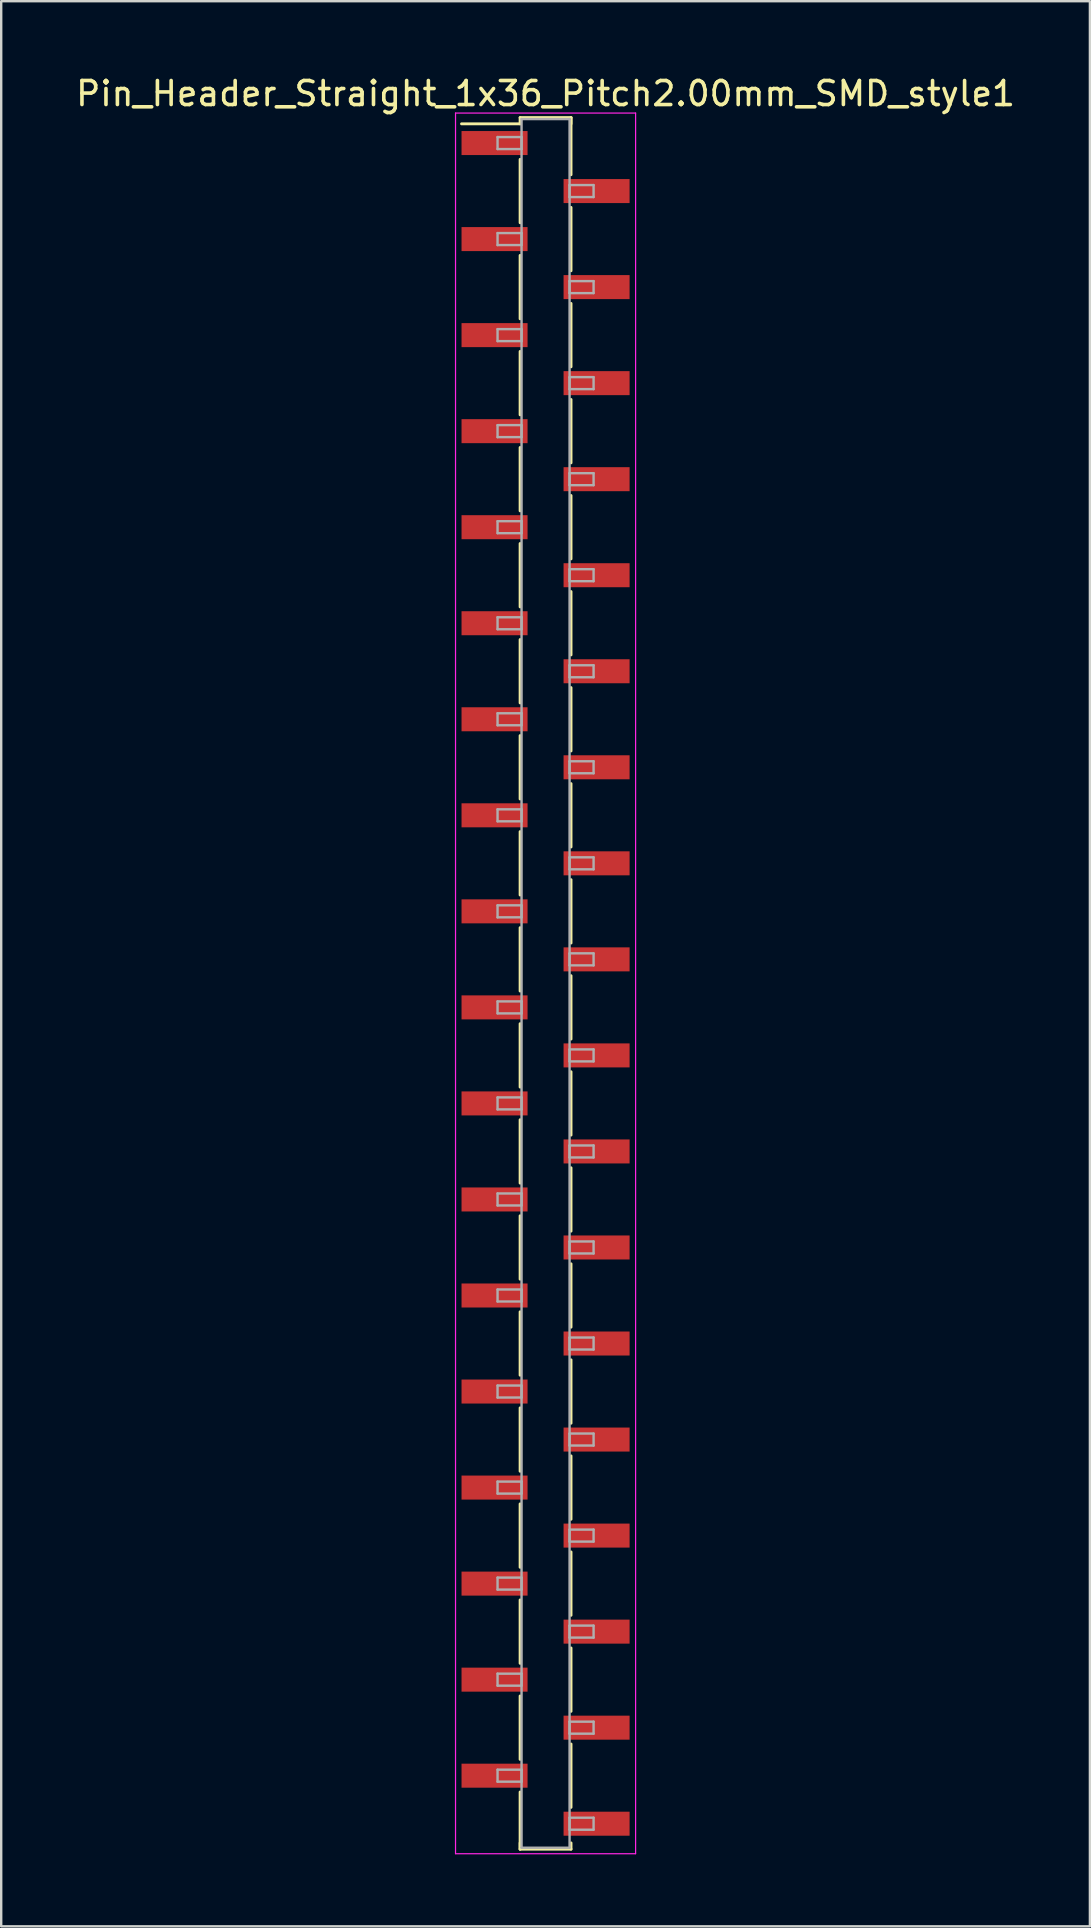
<source format=kicad_pcb>
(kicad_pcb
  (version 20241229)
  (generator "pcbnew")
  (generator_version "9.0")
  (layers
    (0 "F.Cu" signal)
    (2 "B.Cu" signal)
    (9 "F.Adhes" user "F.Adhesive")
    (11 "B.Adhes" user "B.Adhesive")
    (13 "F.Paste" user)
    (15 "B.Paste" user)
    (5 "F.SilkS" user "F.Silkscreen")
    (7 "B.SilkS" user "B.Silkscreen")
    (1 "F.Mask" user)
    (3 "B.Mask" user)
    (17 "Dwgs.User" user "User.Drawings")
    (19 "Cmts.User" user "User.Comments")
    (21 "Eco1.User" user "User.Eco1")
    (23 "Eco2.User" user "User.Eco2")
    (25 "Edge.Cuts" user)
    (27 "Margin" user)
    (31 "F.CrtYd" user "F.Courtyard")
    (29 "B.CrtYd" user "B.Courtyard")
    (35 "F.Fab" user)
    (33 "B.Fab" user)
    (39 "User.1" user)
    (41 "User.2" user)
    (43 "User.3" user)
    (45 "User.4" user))
  (footprint "Pin_Header_Straight_1x36_Pitch2.00mm_SMD_style1"
    (layer "F.Cu")
    (at 19.673 37.908)
    (property "Reference" "Pin_Header_Straight_1x36_Pitch2.00mm_SMD_style1" (at 0 -37.06 0) (layer "F.SilkS") (effects (font (size 1 1) (thickness 0.15))))
    (attr smd)
    (fp_line (start -1.06 -36.06) (end 1.06 -36.06) (stroke (width 0.12) (type solid)) (layer "F.SilkS"))
    (fp_line (start -1.06 -35.8) (end -3.5 -35.8) (stroke (width 0.12) (type solid)) (layer "F.SilkS"))
    (fp_line (start -1.06 -35.8) (end -1.06 -36.06) (stroke (width 0.12) (type solid)) (layer "F.SilkS"))
    (fp_line (start -1.06 -34.32) (end -1.06 -31.68) (stroke (width 0.12) (type solid)) (layer "F.SilkS"))
    (fp_line (start -1.06 -30.32) (end -1.06 -27.68) (stroke (width 0.12) (type solid)) (layer "F.SilkS"))
    (fp_line (start -1.06 -26.32) (end -1.06 -23.68) (stroke (width 0.12) (type solid)) (layer "F.SilkS"))
    (fp_line (start -1.06 -22.32) (end -1.06 -19.68) (stroke (width 0.12) (type solid)) (layer "F.SilkS"))
    (fp_line (start -1.06 -18.32) (end -1.06 -15.68) (stroke (width 0.12) (type solid)) (layer "F.SilkS"))
    (fp_line (start -1.06 -14.32) (end -1.06 -11.68) (stroke (width 0.12) (type solid)) (layer "F.SilkS"))
    (fp_line (start -1.06 -10.32) (end -1.06 -7.68) (stroke (width 0.12) (type solid)) (layer "F.SilkS"))
    (fp_line (start -1.06 -6.32) (end -1.06 -3.68) (stroke (width 0.12) (type solid)) (layer "F.SilkS"))
    (fp_line (start -1.06 -2.32) (end -1.06 0.32) (stroke (width 0.12) (type solid)) (layer "F.SilkS"))
    (fp_line (start -1.06 1.68) (end -1.06 4.32) (stroke (width 0.12) (type solid)) (layer "F.SilkS"))
    (fp_line (start -1.06 5.68) (end -1.06 8.32) (stroke (width 0.12) (type solid)) (layer "F.SilkS"))
    (fp_line (start -1.06 9.68) (end -1.06 12.32) (stroke (width 0.12) (type solid)) (layer "F.SilkS"))
    (fp_line (start -1.06 13.68) (end -1.06 16.32) (stroke (width 0.12) (type solid)) (layer "F.SilkS"))
    (fp_line (start -1.06 17.68) (end -1.06 20.32) (stroke (width 0.12) (type solid)) (layer "F.SilkS"))
    (fp_line (start -1.06 21.68) (end -1.06 24.32) (stroke (width 0.12) (type solid)) (layer "F.SilkS"))
    (fp_line (start -1.06 25.68) (end -1.06 28.32) (stroke (width 0.12) (type solid)) (layer "F.SilkS"))
    (fp_line (start -1.06 29.68) (end -1.06 32.32) (stroke (width 0.12) (type solid)) (layer "F.SilkS"))
    (fp_line (start -1.06 33.68) (end -1.06 36.06) (stroke (width 0.12) (type solid)) (layer "F.SilkS"))
    (fp_line (start -1.06 35.8) (end -1.06 36.06) (stroke (width 0.12) (type solid)) (layer "F.SilkS"))
    (fp_line (start -1.06 36.06) (end 1.06 36.06) (stroke (width 0.12) (type solid)) (layer "F.SilkS"))
    (fp_line (start 1.06 -36.06) (end 1.06 -35.8) (stroke (width 0.12) (type solid)) (layer "F.SilkS"))
    (fp_line (start 1.06 -36.06) (end 1.06 -33.68) (stroke (width 0.12) (type solid)) (layer "F.SilkS"))
    (fp_line (start 1.06 -32.32) (end 1.06 -29.68) (stroke (width 0.12) (type solid)) (layer "F.SilkS"))
    (fp_line (start 1.06 -28.32) (end 1.06 -25.68) (stroke (width 0.12) (type solid)) (layer "F.SilkS"))
    (fp_line (start 1.06 -24.32) (end 1.06 -21.68) (stroke (width 0.12) (type solid)) (layer "F.SilkS"))
    (fp_line (start 1.06 -20.32) (end 1.06 -17.68) (stroke (width 0.12) (type solid)) (layer "F.SilkS"))
    (fp_line (start 1.06 -16.32) (end 1.06 -13.68) (stroke (width 0.12) (type solid)) (layer "F.SilkS"))
    (fp_line (start 1.06 -12.32) (end 1.06 -9.68) (stroke (width 0.12) (type solid)) (layer "F.SilkS"))
    (fp_line (start 1.06 -8.32) (end 1.06 -5.68) (stroke (width 0.12) (type solid)) (layer "F.SilkS"))
    (fp_line (start 1.06 -4.32) (end 1.06 -1.68) (stroke (width 0.12) (type solid)) (layer "F.SilkS"))
    (fp_line (start 1.06 -0.32) (end 1.06 2.32) (stroke (width 0.12) (type solid)) (layer "F.SilkS"))
    (fp_line (start 1.06 3.68) (end 1.06 6.32) (stroke (width 0.12) (type solid)) (layer "F.SilkS"))
    (fp_line (start 1.06 7.68) (end 1.06 10.32) (stroke (width 0.12) (type solid)) (layer "F.SilkS"))
    (fp_line (start 1.06 11.68) (end 1.06 14.32) (stroke (width 0.12) (type solid)) (layer "F.SilkS"))
    (fp_line (start 1.06 15.68) (end 1.06 18.32) (stroke (width 0.12) (type solid)) (layer "F.SilkS"))
    (fp_line (start 1.06 19.68) (end 1.06 22.32) (stroke (width 0.12) (type solid)) (layer "F.SilkS"))
    (fp_line (start 1.06 23.68) (end 1.06 26.32) (stroke (width 0.12) (type solid)) (layer "F.SilkS"))
    (fp_line (start 1.06 27.68) (end 1.06 30.32) (stroke (width 0.12) (type solid)) (layer "F.SilkS"))
    (fp_line (start 1.06 31.68) (end 1.06 34.32) (stroke (width 0.12) (type solid)) (layer "F.SilkS"))
    (fp_line (start 1.06 36.06) (end 1.06 35.8) (stroke (width 0.12) (type solid)) (layer "F.SilkS"))
    (fp_line (start -3.75 -36.25) (end -3.75 36.25) (stroke (width 0.05) (type solid)) (layer "F.CrtYd"))
    (fp_line (start -3.75 36.25) (end 3.75 36.25) (stroke (width 0.05) (type solid)) (layer "F.CrtYd"))
    (fp_line (start 3.75 -36.25) (end -3.75 -36.25) (stroke (width 0.05) (type solid)) (layer "F.CrtYd"))
    (fp_line (start 3.75 36.25) (end 3.75 -36.25) (stroke (width 0.05) (type solid)) (layer "F.CrtYd"))
    (fp_line (start -2 -35.25) (end -1 -35.25) (stroke (width 0.1) (type solid)) (layer "F.Fab"))
    (fp_line (start -2 -34.75) (end -2 -35.25) (stroke (width 0.1) (type solid)) (layer "F.Fab"))
    (fp_line (start -2 -31.25) (end -1 -31.25) (stroke (width 0.1) (type solid)) (layer "F.Fab"))
    (fp_line (start -2 -30.75) (end -2 -31.25) (stroke (width 0.1) (type solid)) (layer "F.Fab"))
    (fp_line (start -2 -27.25) (end -1 -27.25) (stroke (width 0.1) (type solid)) (layer "F.Fab"))
    (fp_line (start -2 -26.75) (end -2 -27.25) (stroke (width 0.1) (type solid)) (layer "F.Fab"))
    (fp_line (start -2 -23.25) (end -1 -23.25) (stroke (width 0.1) (type solid)) (layer "F.Fab"))
    (fp_line (start -2 -22.75) (end -2 -23.25) (stroke (width 0.1) (type solid)) (layer "F.Fab"))
    (fp_line (start -2 -19.25) (end -1 -19.25) (stroke (width 0.1) (type solid)) (layer "F.Fab"))
    (fp_line (start -2 -18.75) (end -2 -19.25) (stroke (width 0.1) (type solid)) (layer "F.Fab"))
    (fp_line (start -2 -15.25) (end -1 -15.25) (stroke (width 0.1) (type solid)) (layer "F.Fab"))
    (fp_line (start -2 -14.75) (end -2 -15.25) (stroke (width 0.1) (type solid)) (layer "F.Fab"))
    (fp_line (start -2 -11.25) (end -1 -11.25) (stroke (width 0.1) (type solid)) (layer "F.Fab"))
    (fp_line (start -2 -10.75) (end -2 -11.25) (stroke (width 0.1) (type solid)) (layer "F.Fab"))
    (fp_line (start -2 -7.25) (end -1 -7.25) (stroke (width 0.1) (type solid)) (layer "F.Fab"))
    (fp_line (start -2 -6.75) (end -2 -7.25) (stroke (width 0.1) (type solid)) (layer "F.Fab"))
    (fp_line (start -2 -3.25) (end -1 -3.25) (stroke (width 0.1) (type solid)) (layer "F.Fab"))
    (fp_line (start -2 -2.75) (end -2 -3.25) (stroke (width 0.1) (type solid)) (layer "F.Fab"))
    (fp_line (start -2 0.75) (end -1 0.75) (stroke (width 0.1) (type solid)) (layer "F.Fab"))
    (fp_line (start -2 1.25) (end -2 0.75) (stroke (width 0.1) (type solid)) (layer "F.Fab"))
    (fp_line (start -2 4.75) (end -1 4.75) (stroke (width 0.1) (type solid)) (layer "F.Fab"))
    (fp_line (start -2 5.25) (end -2 4.75) (stroke (width 0.1) (type solid)) (layer "F.Fab"))
    (fp_line (start -2 8.75) (end -1 8.75) (stroke (width 0.1) (type solid)) (layer "F.Fab"))
    (fp_line (start -2 9.25) (end -2 8.75) (stroke (width 0.1) (type solid)) (layer "F.Fab"))
    (fp_line (start -2 12.75) (end -1 12.75) (stroke (width 0.1) (type solid)) (layer "F.Fab"))
    (fp_line (start -2 13.25) (end -2 12.75) (stroke (width 0.1) (type solid)) (layer "F.Fab"))
    (fp_line (start -2 16.75) (end -1 16.75) (stroke (width 0.1) (type solid)) (layer "F.Fab"))
    (fp_line (start -2 17.25) (end -2 16.75) (stroke (width 0.1) (type solid)) (layer "F.Fab"))
    (fp_line (start -2 20.75) (end -1 20.75) (stroke (width 0.1) (type solid)) (layer "F.Fab"))
    (fp_line (start -2 21.25) (end -2 20.75) (stroke (width 0.1) (type solid)) (layer "F.Fab"))
    (fp_line (start -2 24.75) (end -1 24.75) (stroke (width 0.1) (type solid)) (layer "F.Fab"))
    (fp_line (start -2 25.25) (end -2 24.75) (stroke (width 0.1) (type solid)) (layer "F.Fab"))
    (fp_line (start -2 28.75) (end -1 28.75) (stroke (width 0.1) (type solid)) (layer "F.Fab"))
    (fp_line (start -2 29.25) (end -2 28.75) (stroke (width 0.1) (type solid)) (layer "F.Fab"))
    (fp_line (start -2 32.75) (end -1 32.75) (stroke (width 0.1) (type solid)) (layer "F.Fab"))
    (fp_line (start -2 33.25) (end -2 32.75) (stroke (width 0.1) (type solid)) (layer "F.Fab"))
    (fp_line (start -1 -36) (end -1 36) (stroke (width 0.1) (type solid)) (layer "F.Fab"))
    (fp_line (start -1 -35.25) (end -1 -34.75) (stroke (width 0.1) (type solid)) (layer "F.Fab"))
    (fp_line (start -1 -34.75) (end -2 -34.75) (stroke (width 0.1) (type solid)) (layer "F.Fab"))
    (fp_line (start -1 -31.25) (end -1 -30.75) (stroke (width 0.1) (type solid)) (layer "F.Fab"))
    (fp_line (start -1 -30.75) (end -2 -30.75) (stroke (width 0.1) (type solid)) (layer "F.Fab"))
    (fp_line (start -1 -27.25) (end -1 -26.75) (stroke (width 0.1) (type solid)) (layer "F.Fab"))
    (fp_line (start -1 -26.75) (end -2 -26.75) (stroke (width 0.1) (type solid)) (layer "F.Fab"))
    (fp_line (start -1 -23.25) (end -1 -22.75) (stroke (width 0.1) (type solid)) (layer "F.Fab"))
    (fp_line (start -1 -22.75) (end -2 -22.75) (stroke (width 0.1) (type solid)) (layer "F.Fab"))
    (fp_line (start -1 -19.25) (end -1 -18.75) (stroke (width 0.1) (type solid)) (layer "F.Fab"))
    (fp_line (start -1 -18.75) (end -2 -18.75) (stroke (width 0.1) (type solid)) (layer "F.Fab"))
    (fp_line (start -1 -15.25) (end -1 -14.75) (stroke (width 0.1) (type solid)) (layer "F.Fab"))
    (fp_line (start -1 -14.75) (end -2 -14.75) (stroke (width 0.1) (type solid)) (layer "F.Fab"))
    (fp_line (start -1 -11.25) (end -1 -10.75) (stroke (width 0.1) (type solid)) (layer "F.Fab"))
    (fp_line (start -1 -10.75) (end -2 -10.75) (stroke (width 0.1) (type solid)) (layer "F.Fab"))
    (fp_line (start -1 -7.25) (end -1 -6.75) (stroke (width 0.1) (type solid)) (layer "F.Fab"))
    (fp_line (start -1 -6.75) (end -2 -6.75) (stroke (width 0.1) (type solid)) (layer "F.Fab"))
    (fp_line (start -1 -3.25) (end -1 -2.75) (stroke (width 0.1) (type solid)) (layer "F.Fab"))
    (fp_line (start -1 -2.75) (end -2 -2.75) (stroke (width 0.1) (type solid)) (layer "F.Fab"))
    (fp_line (start -1 0.75) (end -1 1.25) (stroke (width 0.1) (type solid)) (layer "F.Fab"))
    (fp_line (start -1 1.25) (end -2 1.25) (stroke (width 0.1) (type solid)) (layer "F.Fab"))
    (fp_line (start -1 4.75) (end -1 5.25) (stroke (width 0.1) (type solid)) (layer "F.Fab"))
    (fp_line (start -1 5.25) (end -2 5.25) (stroke (width 0.1) (type solid)) (layer "F.Fab"))
    (fp_line (start -1 8.75) (end -1 9.25) (stroke (width 0.1) (type solid)) (layer "F.Fab"))
    (fp_line (start -1 9.25) (end -2 9.25) (stroke (width 0.1) (type solid)) (layer "F.Fab"))
    (fp_line (start -1 12.75) (end -1 13.25) (stroke (width 0.1) (type solid)) (layer "F.Fab"))
    (fp_line (start -1 13.25) (end -2 13.25) (stroke (width 0.1) (type solid)) (layer "F.Fab"))
    (fp_line (start -1 16.75) (end -1 17.25) (stroke (width 0.1) (type solid)) (layer "F.Fab"))
    (fp_line (start -1 17.25) (end -2 17.25) (stroke (width 0.1) (type solid)) (layer "F.Fab"))
    (fp_line (start -1 20.75) (end -1 21.25) (stroke (width 0.1) (type solid)) (layer "F.Fab"))
    (fp_line (start -1 21.25) (end -2 21.25) (stroke (width 0.1) (type solid)) (layer "F.Fab"))
    (fp_line (start -1 24.75) (end -1 25.25) (stroke (width 0.1) (type solid)) (layer "F.Fab"))
    (fp_line (start -1 25.25) (end -2 25.25) (stroke (width 0.1) (type solid)) (layer "F.Fab"))
    (fp_line (start -1 28.75) (end -1 29.25) (stroke (width 0.1) (type solid)) (layer "F.Fab"))
    (fp_line (start -1 29.25) (end -2 29.25) (stroke (width 0.1) (type solid)) (layer "F.Fab"))
    (fp_line (start -1 32.75) (end -1 33.25) (stroke (width 0.1) (type solid)) (layer "F.Fab"))
    (fp_line (start -1 33.25) (end -2 33.25) (stroke (width 0.1) (type solid)) (layer "F.Fab"))
    (fp_line (start -1 36) (end 1 36) (stroke (width 0.1) (type solid)) (layer "F.Fab"))
    (fp_line (start 1 -36) (end -1 -36) (stroke (width 0.1) (type solid)) (layer "F.Fab"))
    (fp_line (start 1 -33.25) (end 1 -32.75) (stroke (width 0.1) (type solid)) (layer "F.Fab"))
    (fp_line (start 1 -32.75) (end 2 -32.75) (stroke (width 0.1) (type solid)) (layer "F.Fab"))
    (fp_line (start 1 -29.25) (end 1 -28.75) (stroke (width 0.1) (type solid)) (layer "F.Fab"))
    (fp_line (start 1 -28.75) (end 2 -28.75) (stroke (width 0.1) (type solid)) (layer "F.Fab"))
    (fp_line (start 1 -25.25) (end 1 -24.75) (stroke (width 0.1) (type solid)) (layer "F.Fab"))
    (fp_line (start 1 -24.75) (end 2 -24.75) (stroke (width 0.1) (type solid)) (layer "F.Fab"))
    (fp_line (start 1 -21.25) (end 1 -20.75) (stroke (width 0.1) (type solid)) (layer "F.Fab"))
    (fp_line (start 1 -20.75) (end 2 -20.75) (stroke (width 0.1) (type solid)) (layer "F.Fab"))
    (fp_line (start 1 -17.25) (end 1 -16.75) (stroke (width 0.1) (type solid)) (layer "F.Fab"))
    (fp_line (start 1 -16.75) (end 2 -16.75) (stroke (width 0.1) (type solid)) (layer "F.Fab"))
    (fp_line (start 1 -13.25) (end 1 -12.75) (stroke (width 0.1) (type solid)) (layer "F.Fab"))
    (fp_line (start 1 -12.75) (end 2 -12.75) (stroke (width 0.1) (type solid)) (layer "F.Fab"))
    (fp_line (start 1 -9.25) (end 1 -8.75) (stroke (width 0.1) (type solid)) (layer "F.Fab"))
    (fp_line (start 1 -8.75) (end 2 -8.75) (stroke (width 0.1) (type solid)) (layer "F.Fab"))
    (fp_line (start 1 -5.25) (end 1 -4.75) (stroke (width 0.1) (type solid)) (layer "F.Fab"))
    (fp_line (start 1 -4.75) (end 2 -4.75) (stroke (width 0.1) (type solid)) (layer "F.Fab"))
    (fp_line (start 1 -1.25) (end 1 -0.75) (stroke (width 0.1) (type solid)) (layer "F.Fab"))
    (fp_line (start 1 -0.75) (end 2 -0.75) (stroke (width 0.1) (type solid)) (layer "F.Fab"))
    (fp_line (start 1 2.75) (end 1 3.25) (stroke (width 0.1) (type solid)) (layer "F.Fab"))
    (fp_line (start 1 3.25) (end 2 3.25) (stroke (width 0.1) (type solid)) (layer "F.Fab"))
    (fp_line (start 1 6.75) (end 1 7.25) (stroke (width 0.1) (type solid)) (layer "F.Fab"))
    (fp_line (start 1 7.25) (end 2 7.25) (stroke (width 0.1) (type solid)) (layer "F.Fab"))
    (fp_line (start 1 10.75) (end 1 11.25) (stroke (width 0.1) (type solid)) (layer "F.Fab"))
    (fp_line (start 1 11.25) (end 2 11.25) (stroke (width 0.1) (type solid)) (layer "F.Fab"))
    (fp_line (start 1 14.75) (end 1 15.25) (stroke (width 0.1) (type solid)) (layer "F.Fab"))
    (fp_line (start 1 15.25) (end 2 15.25) (stroke (width 0.1) (type solid)) (layer "F.Fab"))
    (fp_line (start 1 18.75) (end 1 19.25) (stroke (width 0.1) (type solid)) (layer "F.Fab"))
    (fp_line (start 1 19.25) (end 2 19.25) (stroke (width 0.1) (type solid)) (layer "F.Fab"))
    (fp_line (start 1 22.75) (end 1 23.25) (stroke (width 0.1) (type solid)) (layer "F.Fab"))
    (fp_line (start 1 23.25) (end 2 23.25) (stroke (width 0.1) (type solid)) (layer "F.Fab"))
    (fp_line (start 1 26.75) (end 1 27.25) (stroke (width 0.1) (type solid)) (layer "F.Fab"))
    (fp_line (start 1 27.25) (end 2 27.25) (stroke (width 0.1) (type solid)) (layer "F.Fab"))
    (fp_line (start 1 30.75) (end 1 31.25) (stroke (width 0.1) (type solid)) (layer "F.Fab"))
    (fp_line (start 1 31.25) (end 2 31.25) (stroke (width 0.1) (type solid)) (layer "F.Fab"))
    (fp_line (start 1 34.75) (end 1 35.25) (stroke (width 0.1) (type solid)) (layer "F.Fab"))
    (fp_line (start 1 35.25) (end 2 35.25) (stroke (width 0.1) (type solid)) (layer "F.Fab"))
    (fp_line (start 1 36) (end 1 -36) (stroke (width 0.1) (type solid)) (layer "F.Fab"))
    (fp_line (start 2 -33.25) (end 1 -33.25) (stroke (width 0.1) (type solid)) (layer "F.Fab"))
    (fp_line (start 2 -32.75) (end 2 -33.25) (stroke (width 0.1) (type solid)) (layer "F.Fab"))
    (fp_line (start 2 -29.25) (end 1 -29.25) (stroke (width 0.1) (type solid)) (layer "F.Fab"))
    (fp_line (start 2 -28.75) (end 2 -29.25) (stroke (width 0.1) (type solid)) (layer "F.Fab"))
    (fp_line (start 2 -25.25) (end 1 -25.25) (stroke (width 0.1) (type solid)) (layer "F.Fab"))
    (fp_line (start 2 -24.75) (end 2 -25.25) (stroke (width 0.1) (type solid)) (layer "F.Fab"))
    (fp_line (start 2 -21.25) (end 1 -21.25) (stroke (width 0.1) (type solid)) (layer "F.Fab"))
    (fp_line (start 2 -20.75) (end 2 -21.25) (stroke (width 0.1) (type solid)) (layer "F.Fab"))
    (fp_line (start 2 -17.25) (end 1 -17.25) (stroke (width 0.1) (type solid)) (layer "F.Fab"))
    (fp_line (start 2 -16.75) (end 2 -17.25) (stroke (width 0.1) (type solid)) (layer "F.Fab"))
    (fp_line (start 2 -13.25) (end 1 -13.25) (stroke (width 0.1) (type solid)) (layer "F.Fab"))
    (fp_line (start 2 -12.75) (end 2 -13.25) (stroke (width 0.1) (type solid)) (layer "F.Fab"))
    (fp_line (start 2 -9.25) (end 1 -9.25) (stroke (width 0.1) (type solid)) (layer "F.Fab"))
    (fp_line (start 2 -8.75) (end 2 -9.25) (stroke (width 0.1) (type solid)) (layer "F.Fab"))
    (fp_line (start 2 -5.25) (end 1 -5.25) (stroke (width 0.1) (type solid)) (layer "F.Fab"))
    (fp_line (start 2 -4.75) (end 2 -5.25) (stroke (width 0.1) (type solid)) (layer "F.Fab"))
    (fp_line (start 2 -1.25) (end 1 -1.25) (stroke (width 0.1) (type solid)) (layer "F.Fab"))
    (fp_line (start 2 -0.75) (end 2 -1.25) (stroke (width 0.1) (type solid)) (layer "F.Fab"))
    (fp_line (start 2 2.75) (end 1 2.75) (stroke (width 0.1) (type solid)) (layer "F.Fab"))
    (fp_line (start 2 3.25) (end 2 2.75) (stroke (width 0.1) (type solid)) (layer "F.Fab"))
    (fp_line (start 2 6.75) (end 1 6.75) (stroke (width 0.1) (type solid)) (layer "F.Fab"))
    (fp_line (start 2 7.25) (end 2 6.75) (stroke (width 0.1) (type solid)) (layer "F.Fab"))
    (fp_line (start 2 10.75) (end 1 10.75) (stroke (width 0.1) (type solid)) (layer "F.Fab"))
    (fp_line (start 2 11.25) (end 2 10.75) (stroke (width 0.1) (type solid)) (layer "F.Fab"))
    (fp_line (start 2 14.75) (end 1 14.75) (stroke (width 0.1) (type solid)) (layer "F.Fab"))
    (fp_line (start 2 15.25) (end 2 14.75) (stroke (width 0.1) (type solid)) (layer "F.Fab"))
    (fp_line (start 2 18.75) (end 1 18.75) (stroke (width 0.1) (type solid)) (layer "F.Fab"))
    (fp_line (start 2 19.25) (end 2 18.75) (stroke (width 0.1) (type solid)) (layer "F.Fab"))
    (fp_line (start 2 22.75) (end 1 22.75) (stroke (width 0.1) (type solid)) (layer "F.Fab"))
    (fp_line (start 2 23.25) (end 2 22.75) (stroke (width 0.1) (type solid)) (layer "F.Fab"))
    (fp_line (start 2 26.75) (end 1 26.75) (stroke (width 0.1) (type solid)) (layer "F.Fab"))
    (fp_line (start 2 27.25) (end 2 26.75) (stroke (width 0.1) (type solid)) (layer "F.Fab"))
    (fp_line (start 2 30.75) (end 1 30.75) (stroke (width 0.1) (type solid)) (layer "F.Fab"))
    (fp_line (start 2 31.25) (end 2 30.75) (stroke (width 0.1) (type solid)) (layer "F.Fab"))
    (fp_line (start 2 34.75) (end 1 34.75) (stroke (width 0.1) (type solid)) (layer "F.Fab"))
    (fp_line (start 2 35.25) (end 2 34.75) (stroke (width 0.1) (type solid)) (layer "F.Fab"))
    (pad "1" smd rect (at -2.125 -35) (size 2.75 1) (layers "F.Cu" "F.Mask"))
    (pad "2" smd rect (at 2.125 -33) (size 2.75 1) (layers "F.Cu" "F.Mask"))
    (pad "3" smd rect (at -2.125 -31) (size 2.75 1) (layers "F.Cu" "F.Mask"))
    (pad "4" smd rect (at 2.125 -29) (size 2.75 1) (layers "F.Cu" "F.Mask"))
    (pad "5" smd rect (at -2.125 -27) (size 2.75 1) (layers "F.Cu" "F.Mask"))
    (pad "6" smd rect (at 2.125 -25) (size 2.75 1) (layers "F.Cu" "F.Mask"))
    (pad "7" smd rect (at -2.125 -23) (size 2.75 1) (layers "F.Cu" "F.Mask"))
    (pad "8" smd rect (at 2.125 -21) (size 2.75 1) (layers "F.Cu" "F.Mask"))
    (pad "9" smd rect (at -2.125 -19) (size 2.75 1) (layers "F.Cu" "F.Mask"))
    (pad "10" smd rect (at 2.125 -17) (size 2.75 1) (layers "F.Cu" "F.Mask"))
    (pad "11" smd rect (at -2.125 -15) (size 2.75 1) (layers "F.Cu" "F.Mask"))
    (pad "12" smd rect (at 2.125 -13) (size 2.75 1) (layers "F.Cu" "F.Mask"))
    (pad "13" smd rect (at -2.125 -11) (size 2.75 1) (layers "F.Cu" "F.Mask"))
    (pad "14" smd rect (at 2.125 -9) (size 2.75 1) (layers "F.Cu" "F.Mask"))
    (pad "15" smd rect (at -2.125 -7) (size 2.75 1) (layers "F.Cu" "F.Mask"))
    (pad "16" smd rect (at 2.125 -5) (size 2.75 1) (layers "F.Cu" "F.Mask"))
    (pad "17" smd rect (at -2.125 -3) (size 2.75 1) (layers "F.Cu" "F.Mask"))
    (pad "18" smd rect (at 2.125 -1) (size 2.75 1) (layers "F.Cu" "F.Mask"))
    (pad "19" smd rect (at -2.125 1) (size 2.75 1) (layers "F.Cu" "F.Mask"))
    (pad "20" smd rect (at 2.125 3) (size 2.75 1) (layers "F.Cu" "F.Mask"))
    (pad "21" smd rect (at -2.125 5) (size 2.75 1) (layers "F.Cu" "F.Mask"))
    (pad "22" smd rect (at 2.125 7) (size 2.75 1) (layers "F.Cu" "F.Mask"))
    (pad "23" smd rect (at -2.125 9) (size 2.75 1) (layers "F.Cu" "F.Mask"))
    (pad "24" smd rect (at 2.125 11) (size 2.75 1) (layers "F.Cu" "F.Mask"))
    (pad "25" smd rect (at -2.125 13) (size 2.75 1) (layers "F.Cu" "F.Mask"))
    (pad "26" smd rect (at 2.125 15) (size 2.75 1) (layers "F.Cu" "F.Mask"))
    (pad "27" smd rect (at -2.125 17) (size 2.75 1) (layers "F.Cu" "F.Mask"))
    (pad "28" smd rect (at 2.125 19) (size 2.75 1) (layers "F.Cu" "F.Mask"))
    (pad "29" smd rect (at -2.125 21) (size 2.75 1) (layers "F.Cu" "F.Mask"))
    (pad "30" smd rect (at 2.125 23) (size 2.75 1) (layers "F.Cu" "F.Mask"))
    (pad "31" smd rect (at -2.125 25) (size 2.75 1) (layers "F.Cu" "F.Mask"))
    (pad "32" smd rect (at 2.125 27) (size 2.75 1) (layers "F.Cu" "F.Mask"))
    (pad "33" smd rect (at -2.125 29) (size 2.75 1) (layers "F.Cu" "F.Mask"))
    (pad "34" smd rect (at 2.125 31) (size 2.75 1) (layers "F.Cu" "F.Mask"))
    (pad "35" smd rect (at -2.125 33) (size 2.75 1) (layers "F.Cu" "F.Mask"))
    (pad "36" smd rect (at 2.125 35) (size 2.75 1) (layers "F.Cu" "F.Mask")))
  (gr_rect
    (start -3 -3)
    (end 42.345 77.183)
    (stroke (width 0.1) (type default))
    (fill no)
    (layer "Edge.Cuts")))
</source>
